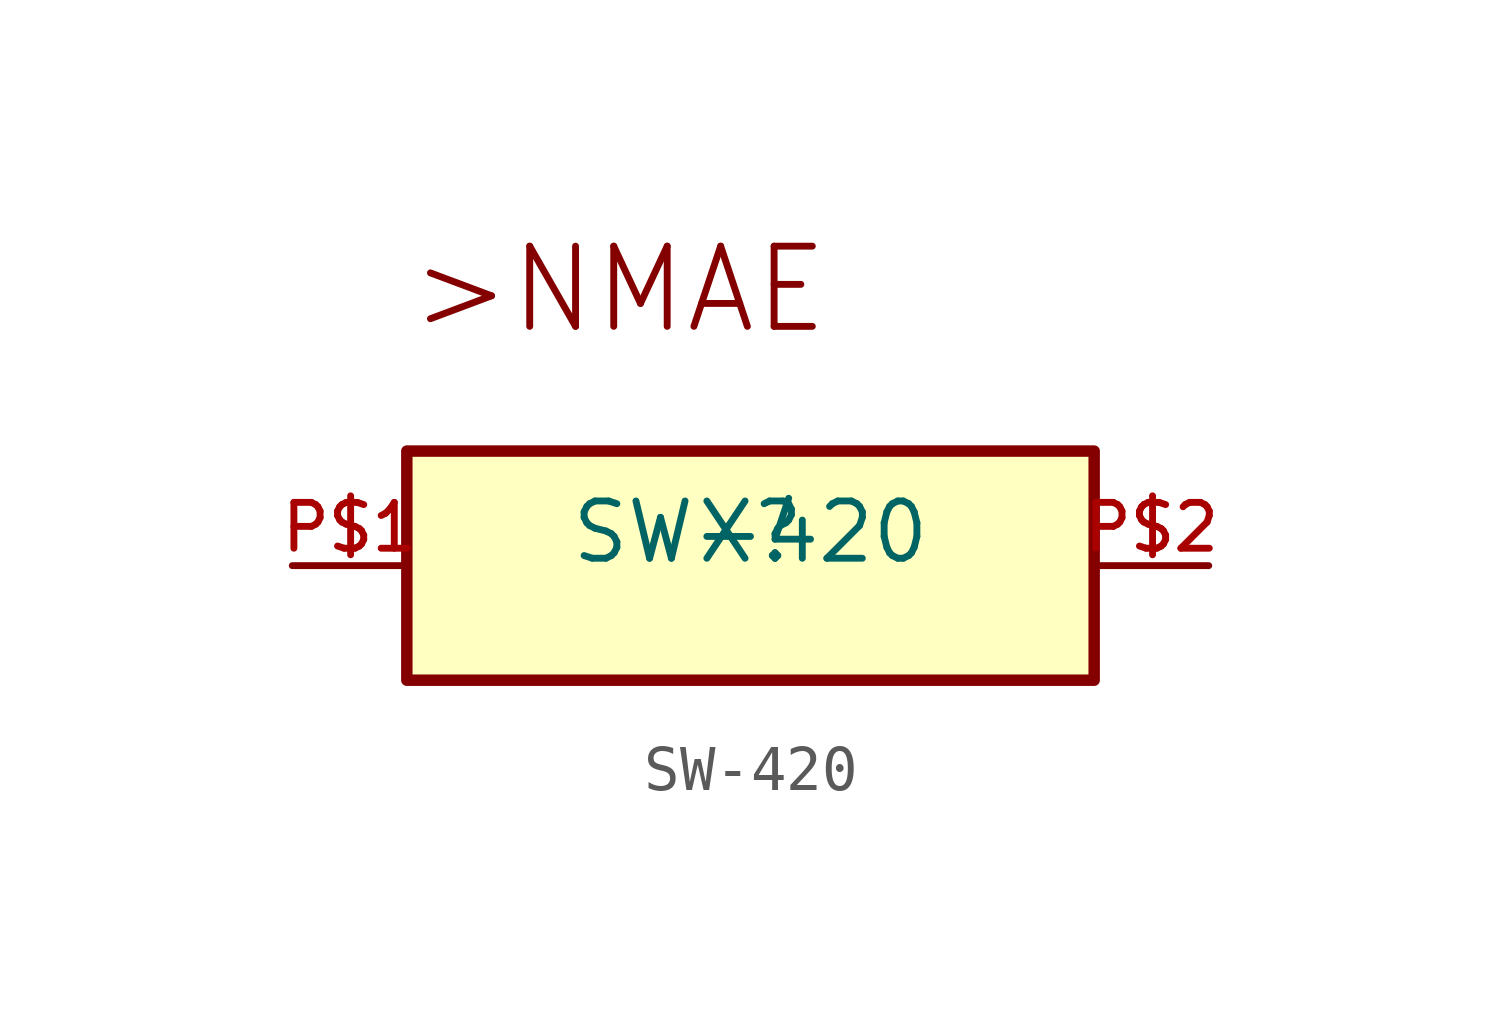
<source format=kicad_sym>
(kicad_symbol_lib
  (version 20211014)
  (generator kicad_symbol_editor)
  (symbol "SW-420"
    (pin_names
      (offset 1.016))
    (property "Reference" "X"
      (at 0 0 0)
      (effects (font (size 1.27 1.27)) (justify bottom)))
    (property "Value" "SW-420"
      (at 0 0.0 0)
      (effects (font (size 1.27 1.27)) (justify bottom)))
    (symbol "SW-420_0_0"
      (text ">NMAE" (at -7.62 5.08 0) (effects (font (size 1.778 1.778)) (justify bottom left)))
      (rectangle (start -7.62 -2.54) (end 7.62 2.54) (stroke (width 0.254)) (fill (type background)))
      (pin bidirectional line (at -10.16 0.0 0) (length 2.54) (name "~" (effects (font (size 1.016 1.016)))) (number "P$1" (effects (font (size 1.016 1.016)))))
      (pin bidirectional line (at 10.16 0.0 180.0) (length 2.54) (name "~" (effects (font (size 1.016 1.016)))) (number "P$2" (effects (font (size 1.016 1.016))))))))
</source>
